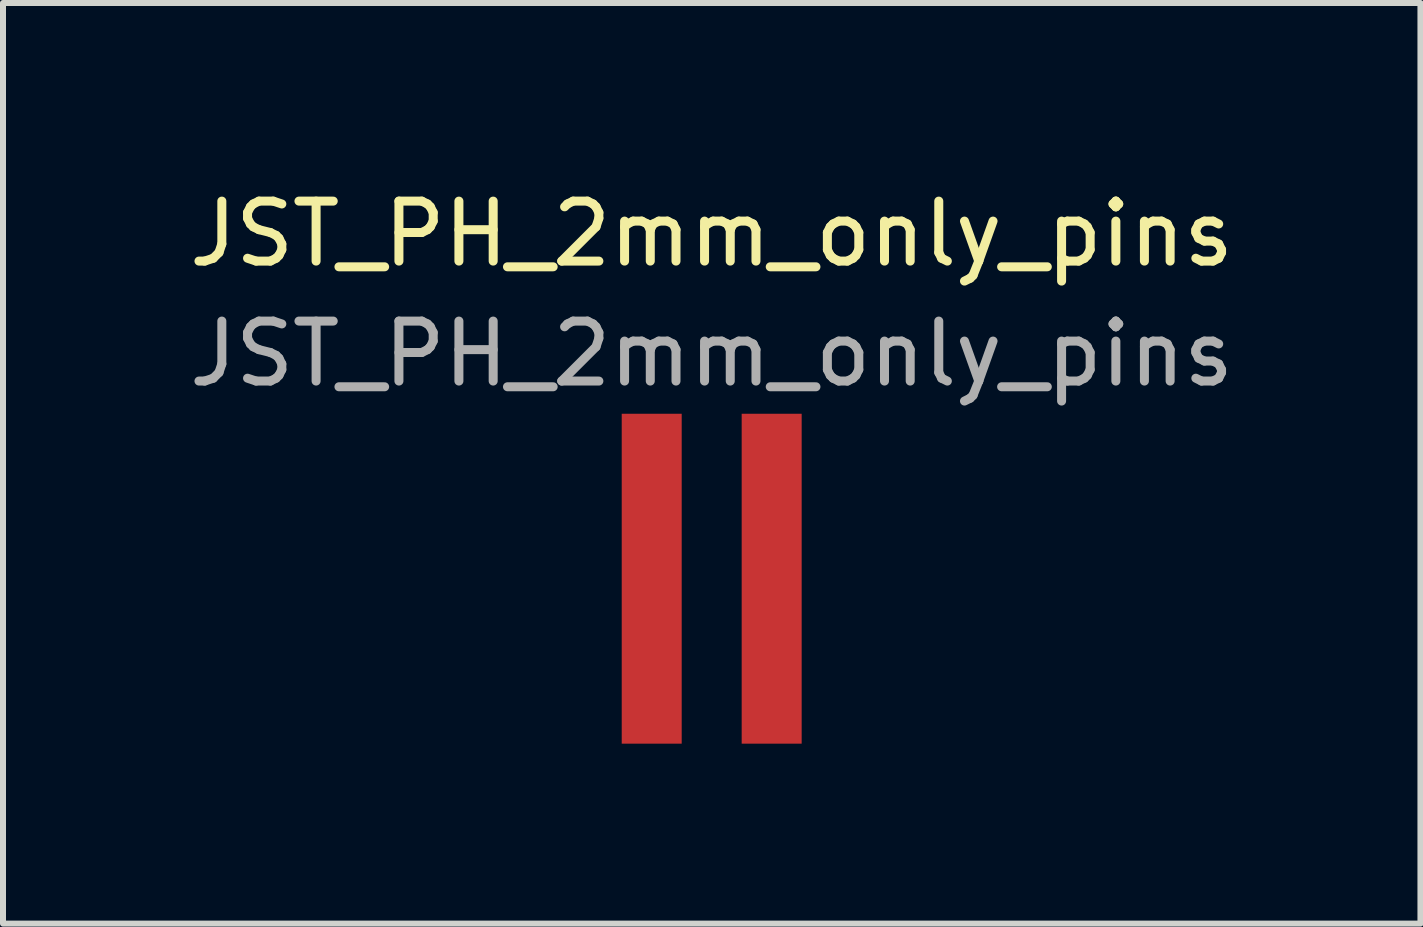
<source format=kicad_pcb>
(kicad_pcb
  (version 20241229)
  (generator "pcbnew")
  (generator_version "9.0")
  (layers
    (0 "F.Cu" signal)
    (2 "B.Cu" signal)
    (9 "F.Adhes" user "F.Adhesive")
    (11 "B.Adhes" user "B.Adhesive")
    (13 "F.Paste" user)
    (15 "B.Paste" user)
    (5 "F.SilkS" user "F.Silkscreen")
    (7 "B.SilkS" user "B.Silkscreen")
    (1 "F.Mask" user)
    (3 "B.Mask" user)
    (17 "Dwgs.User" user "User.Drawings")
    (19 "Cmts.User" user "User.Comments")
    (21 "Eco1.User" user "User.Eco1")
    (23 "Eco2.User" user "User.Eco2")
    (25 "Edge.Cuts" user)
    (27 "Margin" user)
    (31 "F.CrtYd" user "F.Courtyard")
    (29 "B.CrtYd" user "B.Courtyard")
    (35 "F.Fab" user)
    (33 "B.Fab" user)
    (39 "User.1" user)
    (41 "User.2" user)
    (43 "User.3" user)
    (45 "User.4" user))
  (footprint "JST_PH_2mm_only_pins"
    (layer "F.Cu")
    (at 8.815 5.473)
    (property "Reference" "JST_PH_2mm_only_pins" (at 0 -4.625 0) (layer "F.SilkS") (effects (font (size 1 1) (thickness 0.15))))
    (attr smd)
    (fp_text user "${REFERENCE}" (at 0 -2.625 0) (layer "F.Fab") (effects (font (size 1 1) (thickness 0.15))))
    (pad "1" smd rect (at -1 1.125) (size 1 5.5) (layers "F.Cu" "F.Mask" "F.Paste"))
    (pad "2" smd rect (at 1 1.125) (size 1 5.5) (layers "F.Cu" "F.Mask" "F.Paste")))
  (gr_rect
    (start -3 -3)
    (end 20.631 12.348)
    (stroke (width 0.1) (type default))
    (fill no)
    (layer "Edge.Cuts")))
</source>
